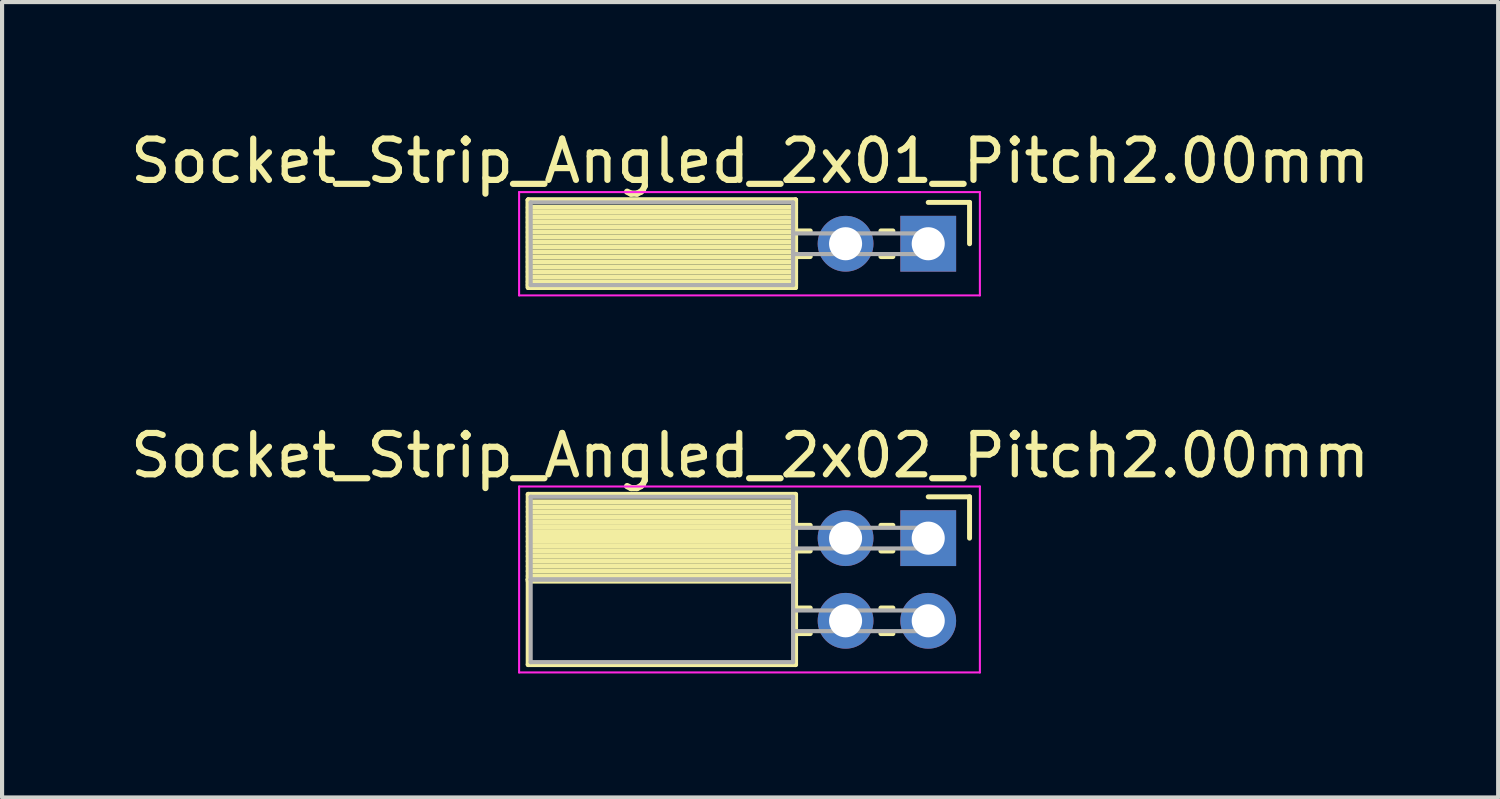
<source format=kicad_pcb>
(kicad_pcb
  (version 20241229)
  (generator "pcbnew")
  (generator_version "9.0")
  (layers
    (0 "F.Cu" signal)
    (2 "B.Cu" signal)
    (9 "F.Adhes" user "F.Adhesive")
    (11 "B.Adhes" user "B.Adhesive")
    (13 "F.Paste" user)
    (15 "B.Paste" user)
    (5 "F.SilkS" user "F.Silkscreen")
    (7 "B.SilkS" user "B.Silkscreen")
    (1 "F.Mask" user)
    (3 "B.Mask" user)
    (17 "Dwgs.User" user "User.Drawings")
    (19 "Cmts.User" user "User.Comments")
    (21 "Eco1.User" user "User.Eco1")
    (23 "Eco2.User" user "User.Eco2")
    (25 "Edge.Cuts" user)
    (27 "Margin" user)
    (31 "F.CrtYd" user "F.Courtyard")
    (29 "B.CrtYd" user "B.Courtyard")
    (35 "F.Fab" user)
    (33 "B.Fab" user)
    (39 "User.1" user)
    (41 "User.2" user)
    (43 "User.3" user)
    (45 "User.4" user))
  (footprint "Socket_Strip_Angled_2x01_Pitch2.00mm"
    (layer "F.Cu")
    (at 19.411 2.848)
    (property "Reference" "Socket_Strip_Angled_2x01_Pitch2.00mm" (at -4.31 -2 0) (layer "F.SilkS") (effects (font (size 1 1) (thickness 0.15))))
    (attr through_hole)
    (fp_line (start -9.68 -1.06) (end -3.21 -1.06) (stroke (width 0.12) (type solid)) (layer "F.SilkS"))
    (fp_line (start -9.68 -1.06) (end -3.21 -1.06) (stroke (width 0.12) (type solid)) (layer "F.SilkS"))
    (fp_line (start -9.68 1) (end -9.68 -1.06) (stroke (width 0.12) (type solid)) (layer "F.SilkS"))
    (fp_line (start -9.68 1.06) (end -9.68 -1.06) (stroke (width 0.12) (type solid)) (layer "F.SilkS"))
    (fp_line (start -3.21 -1.06) (end -3.21 1) (stroke (width 0.12) (type solid)) (layer "F.SilkS"))
    (fp_line (start -3.21 -1.06) (end -3.21 1.06) (stroke (width 0.12) (type solid)) (layer "F.SilkS"))
    (fp_line (start -3.21 -0.88) (end -9.68 -0.88) (stroke (width 0.12) (type solid)) (layer "F.SilkS"))
    (fp_line (start -3.21 -0.76) (end -9.68 -0.76) (stroke (width 0.12) (type solid)) (layer "F.SilkS"))
    (fp_line (start -3.21 -0.64) (end -9.68 -0.64) (stroke (width 0.12) (type solid)) (layer "F.SilkS"))
    (fp_line (start -3.21 -0.52) (end -9.68 -0.52) (stroke (width 0.12) (type solid)) (layer "F.SilkS"))
    (fp_line (start -3.21 -0.4) (end -9.68 -0.4) (stroke (width 0.12) (type solid)) (layer "F.SilkS"))
    (fp_line (start -3.21 -0.28) (end -9.68 -0.28) (stroke (width 0.12) (type solid)) (layer "F.SilkS"))
    (fp_line (start -3.21 -0.16) (end -9.68 -0.16) (stroke (width 0.12) (type solid)) (layer "F.SilkS"))
    (fp_line (start -3.21 -0.04) (end -9.68 -0.04) (stroke (width 0.12) (type solid)) (layer "F.SilkS"))
    (fp_line (start -3.21 0.08) (end -9.68 0.08) (stroke (width 0.12) (type solid)) (layer "F.SilkS"))
    (fp_line (start -3.21 0.2) (end -9.68 0.2) (stroke (width 0.12) (type solid)) (layer "F.SilkS"))
    (fp_line (start -3.21 0.32) (end -9.68 0.32) (stroke (width 0.12) (type solid)) (layer "F.SilkS"))
    (fp_line (start -3.21 0.44) (end -9.68 0.44) (stroke (width 0.12) (type solid)) (layer "F.SilkS"))
    (fp_line (start -3.21 0.56) (end -9.68 0.56) (stroke (width 0.12) (type solid)) (layer "F.SilkS"))
    (fp_line (start -3.21 0.68) (end -9.68 0.68) (stroke (width 0.12) (type solid)) (layer "F.SilkS"))
    (fp_line (start -3.21 0.8) (end -9.68 0.8) (stroke (width 0.12) (type solid)) (layer "F.SilkS"))
    (fp_line (start -3.21 0.92) (end -9.68 0.92) (stroke (width 0.12) (type solid)) (layer "F.SilkS"))
    (fp_line (start -3.21 1) (end -9.68 1) (stroke (width 0.12) (type solid)) (layer "F.SilkS"))
    (fp_line (start -3.21 1.04) (end -9.68 1.04) (stroke (width 0.12) (type solid)) (layer "F.SilkS"))
    (fp_line (start -3.21 1.06) (end -9.68 1.06) (stroke (width 0.12) (type solid)) (layer "F.SilkS"))
    (fp_line (start -2.855 -0.31) (end -3.21 -0.31) (stroke (width 0.12) (type solid)) (layer "F.SilkS"))
    (fp_line (start -2.855 0.31) (end -3.21 0.31) (stroke (width 0.12) (type solid)) (layer "F.SilkS"))
    (fp_line (start -0.855 -0.31) (end -1.145 -0.31) (stroke (width 0.12) (type solid)) (layer "F.SilkS"))
    (fp_line (start -0.855 0.31) (end -1.145 0.31) (stroke (width 0.12) (type solid)) (layer "F.SilkS"))
    (fp_line (start 0 -1) (end 1 -1) (stroke (width 0.12) (type solid)) (layer "F.SilkS"))
    (fp_line (start 1 -1) (end 1 0) (stroke (width 0.12) (type solid)) (layer "F.SilkS"))
    (fp_line (start -9.9 -1.25) (end 1.25 -1.25) (stroke (width 0.05) (type solid)) (layer "F.CrtYd"))
    (fp_line (start -9.9 1.25) (end -9.9 -1.25) (stroke (width 0.05) (type solid)) (layer "F.CrtYd"))
    (fp_line (start 1.25 -1.25) (end 1.25 1.25) (stroke (width 0.05) (type solid)) (layer "F.CrtYd"))
    (fp_line (start 1.25 1.25) (end -9.9 1.25) (stroke (width 0.05) (type solid)) (layer "F.CrtYd"))
    (fp_line (start -9.62 -1) (end -3.27 -1) (stroke (width 0.1) (type solid)) (layer "F.Fab"))
    (fp_line (start -9.62 1) (end -9.62 -1) (stroke (width 0.1) (type solid)) (layer "F.Fab"))
    (fp_line (start -3.27 -1) (end -3.27 1) (stroke (width 0.1) (type solid)) (layer "F.Fab"))
    (fp_line (start -3.27 -0.25) (end 0 -0.25) (stroke (width 0.1) (type solid)) (layer "F.Fab"))
    (fp_line (start -3.27 0.25) (end -3.27 -0.25) (stroke (width 0.1) (type solid)) (layer "F.Fab"))
    (fp_line (start -3.27 1) (end -9.62 1) (stroke (width 0.1) (type solid)) (layer "F.Fab"))
    (fp_line (start 0 -0.25) (end 0 0.25) (stroke (width 0.1) (type solid)) (layer "F.Fab"))
    (fp_line (start 0 0.25) (end -3.27 0.25) (stroke (width 0.1) (type solid)) (layer "F.Fab"))
    (pad "1" thru_hole rect (at 0 0) (size 1.35 1.35) (drill 0.8) (layers "*.Cu" "*.Mask"))
    (pad "2" thru_hole oval (at -2 0) (size 1.35 1.35) (drill 0.8) (layers "*.Cu" "*.Mask")))
  (footprint "Socket_Strip_Angled_2x02_Pitch2.00mm"
    (layer "F.Cu")
    (at 19.411 9.972)
    (property "Reference" "Socket_Strip_Angled_2x02_Pitch2.00mm" (at -4.31 -2 0) (layer "F.SilkS") (effects (font (size 1 1) (thickness 0.15))))
    (attr through_hole)
    (fp_line (start -9.68 -1.06) (end -3.21 -1.06) (stroke (width 0.12) (type solid)) (layer "F.SilkS"))
    (fp_line (start -9.68 1) (end -9.68 -1.06) (stroke (width 0.12) (type solid)) (layer "F.SilkS"))
    (fp_line (start -9.68 1) (end -3.21 1) (stroke (width 0.12) (type solid)) (layer "F.SilkS"))
    (fp_line (start -9.68 3.06) (end -9.68 1) (stroke (width 0.12) (type solid)) (layer "F.SilkS"))
    (fp_line (start -3.21 -1.06) (end -3.21 1) (stroke (width 0.12) (type solid)) (layer "F.SilkS"))
    (fp_line (start -3.21 -0.88) (end -9.68 -0.88) (stroke (width 0.12) (type solid)) (layer "F.SilkS"))
    (fp_line (start -3.21 -0.76) (end -9.68 -0.76) (stroke (width 0.12) (type solid)) (layer "F.SilkS"))
    (fp_line (start -3.21 -0.64) (end -9.68 -0.64) (stroke (width 0.12) (type solid)) (layer "F.SilkS"))
    (fp_line (start -3.21 -0.52) (end -9.68 -0.52) (stroke (width 0.12) (type solid)) (layer "F.SilkS"))
    (fp_line (start -3.21 -0.4) (end -9.68 -0.4) (stroke (width 0.12) (type solid)) (layer "F.SilkS"))
    (fp_line (start -3.21 -0.28) (end -9.68 -0.28) (stroke (width 0.12) (type solid)) (layer "F.SilkS"))
    (fp_line (start -3.21 -0.16) (end -9.68 -0.16) (stroke (width 0.12) (type solid)) (layer "F.SilkS"))
    (fp_line (start -3.21 -0.04) (end -9.68 -0.04) (stroke (width 0.12) (type solid)) (layer "F.SilkS"))
    (fp_line (start -3.21 0.08) (end -9.68 0.08) (stroke (width 0.12) (type solid)) (layer "F.SilkS"))
    (fp_line (start -3.21 0.2) (end -9.68 0.2) (stroke (width 0.12) (type solid)) (layer "F.SilkS"))
    (fp_line (start -3.21 0.32) (end -9.68 0.32) (stroke (width 0.12) (type solid)) (layer "F.SilkS"))
    (fp_line (start -3.21 0.44) (end -9.68 0.44) (stroke (width 0.12) (type solid)) (layer "F.SilkS"))
    (fp_line (start -3.21 0.56) (end -9.68 0.56) (stroke (width 0.12) (type solid)) (layer "F.SilkS"))
    (fp_line (start -3.21 0.68) (end -9.68 0.68) (stroke (width 0.12) (type solid)) (layer "F.SilkS"))
    (fp_line (start -3.21 0.8) (end -9.68 0.8) (stroke (width 0.12) (type solid)) (layer "F.SilkS"))
    (fp_line (start -3.21 0.92) (end -9.68 0.92) (stroke (width 0.12) (type solid)) (layer "F.SilkS"))
    (fp_line (start -3.21 1) (end -9.68 1) (stroke (width 0.12) (type solid)) (layer "F.SilkS"))
    (fp_line (start -3.21 1) (end -3.21 3.06) (stroke (width 0.12) (type solid)) (layer "F.SilkS"))
    (fp_line (start -3.21 1.04) (end -9.68 1.04) (stroke (width 0.12) (type solid)) (layer "F.SilkS"))
    (fp_line (start -3.21 3.06) (end -9.68 3.06) (stroke (width 0.12) (type solid)) (layer "F.SilkS"))
    (fp_line (start -2.855 -0.31) (end -3.21 -0.31) (stroke (width 0.12) (type solid)) (layer "F.SilkS"))
    (fp_line (start -2.855 0.31) (end -3.21 0.31) (stroke (width 0.12) (type solid)) (layer "F.SilkS"))
    (fp_line (start -2.855 1.69) (end -3.21 1.69) (stroke (width 0.12) (type solid)) (layer "F.SilkS"))
    (fp_line (start -2.855 2.31) (end -3.21 2.31) (stroke (width 0.12) (type solid)) (layer "F.SilkS"))
    (fp_line (start -0.855 -0.31) (end -1.145 -0.31) (stroke (width 0.12) (type solid)) (layer "F.SilkS"))
    (fp_line (start -0.855 0.31) (end -1.145 0.31) (stroke (width 0.12) (type solid)) (layer "F.SilkS"))
    (fp_line (start -0.855 1.69) (end -1.145 1.69) (stroke (width 0.12) (type solid)) (layer "F.SilkS"))
    (fp_line (start -0.855 2.31) (end -1.145 2.31) (stroke (width 0.12) (type solid)) (layer "F.SilkS"))
    (fp_line (start 0 -1) (end 1 -1) (stroke (width 0.12) (type solid)) (layer "F.SilkS"))
    (fp_line (start 1 -1) (end 1 0) (stroke (width 0.12) (type solid)) (layer "F.SilkS"))
    (fp_line (start -9.9 -1.25) (end 1.25 -1.25) (stroke (width 0.05) (type solid)) (layer "F.CrtYd"))
    (fp_line (start -9.9 3.25) (end -9.9 -1.25) (stroke (width 0.05) (type solid)) (layer "F.CrtYd"))
    (fp_line (start 1.25 -1.25) (end 1.25 3.25) (stroke (width 0.05) (type solid)) (layer "F.CrtYd"))
    (fp_line (start 1.25 3.25) (end -9.9 3.25) (stroke (width 0.05) (type solid)) (layer "F.CrtYd"))
    (fp_line (start -9.62 -1) (end -3.27 -1) (stroke (width 0.1) (type solid)) (layer "F.Fab"))
    (fp_line (start -9.62 1) (end -9.62 -1) (stroke (width 0.1) (type solid)) (layer "F.Fab"))
    (fp_line (start -9.62 1) (end -3.27 1) (stroke (width 0.1) (type solid)) (layer "F.Fab"))
    (fp_line (start -9.62 3) (end -9.62 1) (stroke (width 0.1) (type solid)) (layer "F.Fab"))
    (fp_line (start -3.27 -1) (end -3.27 1) (stroke (width 0.1) (type solid)) (layer "F.Fab"))
    (fp_line (start -3.27 -0.25) (end 0 -0.25) (stroke (width 0.1) (type solid)) (layer "F.Fab"))
    (fp_line (start -3.27 0.25) (end -3.27 -0.25) (stroke (width 0.1) (type solid)) (layer "F.Fab"))
    (fp_line (start -3.27 1) (end -9.62 1) (stroke (width 0.1) (type solid)) (layer "F.Fab"))
    (fp_line (start -3.27 1) (end -3.27 3) (stroke (width 0.1) (type solid)) (layer "F.Fab"))
    (fp_line (start -3.27 1.75) (end 0 1.75) (stroke (width 0.1) (type solid)) (layer "F.Fab"))
    (fp_line (start -3.27 2.25) (end -3.27 1.75) (stroke (width 0.1) (type solid)) (layer "F.Fab"))
    (fp_line (start -3.27 3) (end -9.62 3) (stroke (width 0.1) (type solid)) (layer "F.Fab"))
    (fp_line (start 0 -0.25) (end 0 0.25) (stroke (width 0.1) (type solid)) (layer "F.Fab"))
    (fp_line (start 0 0.25) (end -3.27 0.25) (stroke (width 0.1) (type solid)) (layer "F.Fab"))
    (fp_line (start 0 1.75) (end 0 2.25) (stroke (width 0.1) (type solid)) (layer "F.Fab"))
    (fp_line (start 0 2.25) (end -3.27 2.25) (stroke (width 0.1) (type solid)) (layer "F.Fab"))
    (pad "1" thru_hole rect (at 0 0) (size 1.35 1.35) (drill 0.8) (layers "*.Cu" "*.Mask"))
    (pad "2" thru_hole oval (at -2 0) (size 1.35 1.35) (drill 0.8) (layers "*.Cu" "*.Mask"))
    (pad "3" thru_hole oval (at 0 2) (size 1.35 1.35) (drill 0.8) (layers "*.Cu" "*.Mask"))
    (pad "4" thru_hole oval (at -2 2) (size 1.35 1.35) (drill 0.8) (layers "*.Cu" "*.Mask")))
  (gr_rect
    (start -3 -3)
    (end 33.202 16.247)
    (stroke (width 0.1) (type default))
    (fill no)
    (layer "Edge.Cuts")))
</source>
